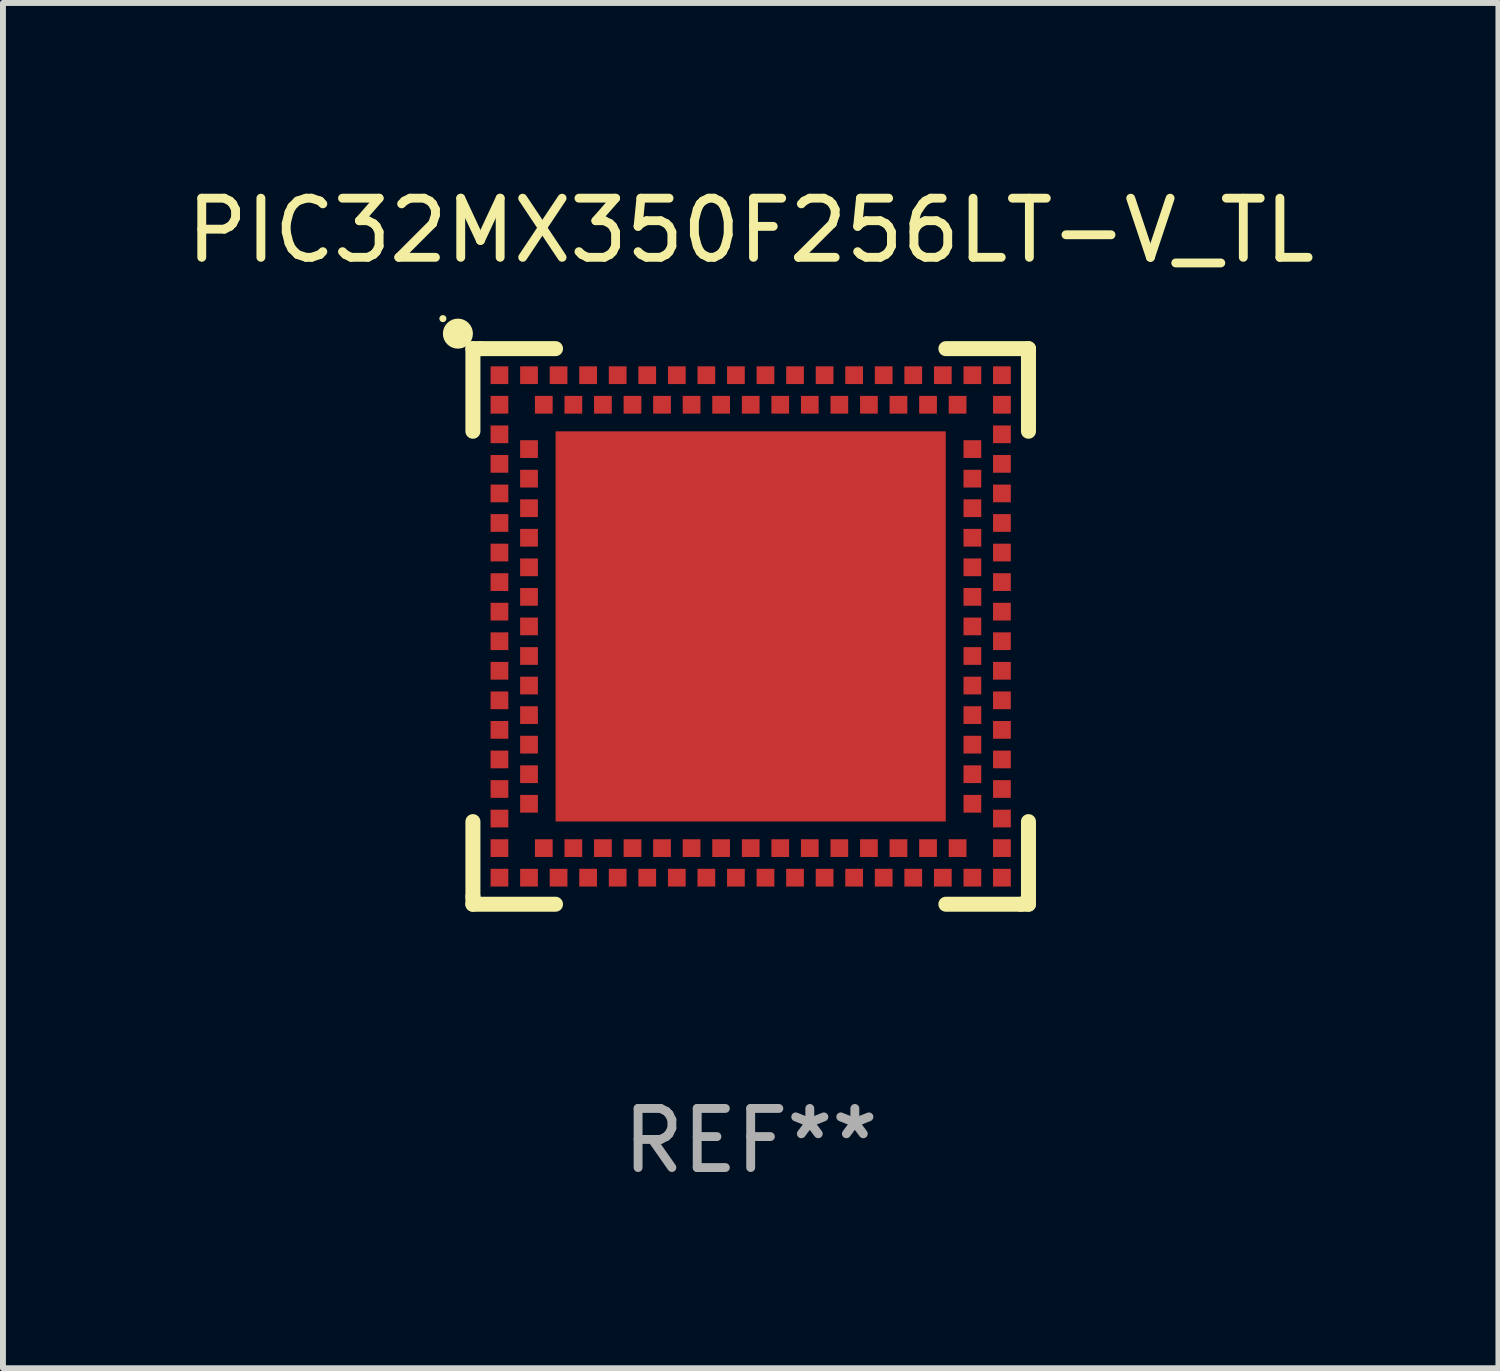
<source format=kicad_pcb>
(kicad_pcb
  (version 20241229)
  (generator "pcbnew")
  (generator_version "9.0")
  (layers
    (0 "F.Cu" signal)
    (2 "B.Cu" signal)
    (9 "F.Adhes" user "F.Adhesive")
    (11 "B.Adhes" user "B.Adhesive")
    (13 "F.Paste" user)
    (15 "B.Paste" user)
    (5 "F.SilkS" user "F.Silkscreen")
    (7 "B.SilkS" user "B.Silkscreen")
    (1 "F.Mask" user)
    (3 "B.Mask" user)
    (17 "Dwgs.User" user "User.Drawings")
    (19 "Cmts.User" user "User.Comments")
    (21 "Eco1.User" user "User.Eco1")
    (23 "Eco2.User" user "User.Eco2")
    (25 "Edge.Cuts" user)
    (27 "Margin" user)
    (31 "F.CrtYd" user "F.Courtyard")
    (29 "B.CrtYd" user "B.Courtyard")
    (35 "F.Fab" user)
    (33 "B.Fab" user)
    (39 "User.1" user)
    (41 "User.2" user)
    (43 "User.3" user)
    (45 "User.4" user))
  (footprint "PIC32MX350F256LT-V_TL"
    (layer "F.Cu")
    (at 9.649 7.547)
    (property "Reference" "PIC32MX350F256LT-V_TL" (at 0 -6.699 0) (layer "F.SilkS") (effects (font (size 1 1) (thickness 0.15))))
    (attr through_hole)
    (fp_line (start -4.699 -4.699) (end -4.699 -3.302) (stroke (width 0.254) (type solid)) (layer "F.SilkS"))
    (fp_line (start -4.699 3.302) (end -4.699 4.572) (stroke (width 0.254) (type solid)) (layer "F.SilkS"))
    (fp_line (start -4.699 4.572) (end -4.699 4.699) (stroke (width 0.254) (type solid)) (layer "F.SilkS"))
    (fp_line (start -4.699 4.699) (end -3.302 4.699) (stroke (width 0.254) (type solid)) (layer "F.SilkS"))
    (fp_line (start -4.572 -4.699) (end -4.699 -4.699) (stroke (width 0.254) (type solid)) (layer "F.SilkS"))
    (fp_line (start -3.302 -4.699) (end -4.572 -4.699) (stroke (width 0.254) (type solid)) (layer "F.SilkS"))
    (fp_line (start 3.302 4.699) (end 4.572 4.699) (stroke (width 0.254) (type solid)) (layer "F.SilkS"))
    (fp_line (start 4.572 4.699) (end 4.699 4.699) (stroke (width 0.254) (type solid)) (layer "F.SilkS"))
    (fp_line (start 4.699 -4.699) (end 3.302 -4.699) (stroke (width 0.254) (type solid)) (layer "F.SilkS"))
    (fp_line (start 4.699 -4.572) (end 4.699 -4.699) (stroke (width 0.254) (type solid)) (layer "F.SilkS"))
    (fp_line (start 4.699 -3.302) (end 4.699 -4.572) (stroke (width 0.254) (type solid)) (layer "F.SilkS"))
    (fp_line (start 4.699 4.699) (end 4.699 3.302) (stroke (width 0.254) (type solid)) (layer "F.SilkS"))
    (fp_circle (center -5.207 -5.207) (end -5.177 -5.207) (stroke (width 0.06) (type solid)) (fill no) (layer "F.SilkS"))
    (fp_circle (center -4.953 -4.953) (end -4.826 -4.953) (stroke (width 0.254) (type solid)) (fill no) (layer "F.SilkS"))
    (fp_text user "REF**" (at 0 8.699 0) (layer "F.Fab") (effects (font (size 1 1) (thickness 0.15))))
    (pad "125" smd rect (at 0.000025 -0.000102 90) (size 6.6 6.6) (layers "F.Cu" "F.Mask" "F.Paste"))
    (pad "A1" smd rect (at -4.25 -3.75 90) (size 0.3 0.3) (layers "F.Cu" "F.Mask" "F.Paste"))
    (pad "A2" smd rect (at -4.25 -3.25 90) (size 0.3 0.3) (layers "F.Cu" "F.Mask" "F.Paste"))
    (pad "A3" smd rect (at -4.25 -2.75 90) (size 0.3 0.3) (layers "F.Cu" "F.Mask" "F.Paste"))
    (pad "A4" smd rect (at -4.25 -2.25 90) (size 0.3 0.3) (layers "F.Cu" "F.Mask" "F.Paste"))
    (pad "A5" smd rect (at -4.25 -1.75 90) (size 0.3 0.3) (layers "F.Cu" "F.Mask" "F.Paste"))
    (pad "A6" smd rect (at -4.25 -1.25 90) (size 0.3 0.3) (layers "F.Cu" "F.Mask" "F.Paste"))
    (pad "A7" smd rect (at -4.25 -0.75 90) (size 0.3 0.3) (layers "F.Cu" "F.Mask" "F.Paste"))
    (pad "A8" smd rect (at -4.25 -0.25 90) (size 0.3 0.3) (layers "F.Cu" "F.Mask" "F.Paste"))
    (pad "A9" smd rect (at -4.25 0.25 90) (size 0.3 0.3) (layers "F.Cu" "F.Mask" "F.Paste"))
    (pad "A10" smd rect (at -4.25 0.75 90) (size 0.3 0.3) (layers "F.Cu" "F.Mask" "F.Paste"))
    (pad "A11" smd rect (at -4.25 1.25 90) (size 0.3 0.3) (layers "F.Cu" "F.Mask" "F.Paste"))
    (pad "A12" smd rect (at -4.25 1.75 90) (size 0.3 0.3) (layers "F.Cu" "F.Mask" "F.Paste"))
    (pad "A13" smd rect (at -4.25 2.25 90) (size 0.3 0.3) (layers "F.Cu" "F.Mask" "F.Paste"))
    (pad "A14" smd rect (at -4.25 2.75 90) (size 0.3 0.3) (layers "F.Cu" "F.Mask" "F.Paste"))
    (pad "A15" smd rect (at -4.25 3.25 90) (size 0.3 0.3) (layers "F.Cu" "F.Mask" "F.Paste"))
    (pad "A16" smd rect (at -4.25 3.75 90) (size 0.3 0.3) (layers "F.Cu" "F.Mask" "F.Paste"))
    (pad "A17" smd rect (at -4.25 4.25 90) (size 0.3 0.3) (layers "F.Cu" "F.Mask" "F.Paste"))
    (pad "A18" smd rect (at -3.75 4.25 90) (size 0.3 0.3) (layers "F.Cu" "F.Mask" "F.Paste"))
    (pad "A19" smd rect (at -3.25 4.25 90) (size 0.3 0.3) (layers "F.Cu" "F.Mask" "F.Paste"))
    (pad "A20" smd rect (at -2.75 4.25 90) (size 0.3 0.3) (layers "F.Cu" "F.Mask" "F.Paste"))
    (pad "A21" smd rect (at -2.25 4.25 90) (size 0.3 0.3) (layers "F.Cu" "F.Mask" "F.Paste"))
    (pad "A22" smd rect (at -1.75 4.25 90) (size 0.3 0.3) (layers "F.Cu" "F.Mask" "F.Paste"))
    (pad "A23" smd rect (at -1.25 4.25 90) (size 0.3 0.3) (layers "F.Cu" "F.Mask" "F.Paste"))
    (pad "A24" smd rect (at -0.75 4.25 90) (size 0.3 0.3) (layers "F.Cu" "F.Mask" "F.Paste"))
    (pad "A25" smd rect (at -0.25 4.25 90) (size 0.3 0.3) (layers "F.Cu" "F.Mask" "F.Paste"))
    (pad "A26" smd rect (at 0.25 4.25 90) (size 0.3 0.3) (layers "F.Cu" "F.Mask" "F.Paste"))
    (pad "A27" smd rect (at 0.75 4.25 90) (size 0.3 0.3) (layers "F.Cu" "F.Mask" "F.Paste"))
    (pad "A28" smd rect (at 1.25 4.25 90) (size 0.3 0.3) (layers "F.Cu" "F.Mask" "F.Paste"))
    (pad "A29" smd rect (at 1.75 4.25 90) (size 0.3 0.3) (layers "F.Cu" "F.Mask" "F.Paste"))
    (pad "A30" smd rect (at 2.25 4.25 90) (size 0.3 0.3) (layers "F.Cu" "F.Mask" "F.Paste"))
    (pad "A31" smd rect (at 2.75 4.25 90) (size 0.3 0.3) (layers "F.Cu" "F.Mask" "F.Paste"))
    (pad "A32" smd rect (at 3.25 4.25 90) (size 0.3 0.3) (layers "F.Cu" "F.Mask" "F.Paste"))
    (pad "A33" smd rect (at 3.75 4.25 90) (size 0.3 0.3) (layers "F.Cu" "F.Mask" "F.Paste"))
    (pad "A34" smd rect (at 4.25 4.25 90) (size 0.3 0.3) (layers "F.Cu" "F.Mask" "F.Paste"))
    (pad "A35" smd rect (at 4.25 3.75 90) (size 0.3 0.3) (layers "F.Cu" "F.Mask" "F.Paste"))
    (pad "A36" smd rect (at 4.25 3.25 90) (size 0.3 0.3) (layers "F.Cu" "F.Mask" "F.Paste"))
    (pad "A37" smd rect (at 4.25 2.75 90) (size 0.3 0.3) (layers "F.Cu" "F.Mask" "F.Paste"))
    (pad "A38" smd rect (at 4.25 2.25 90) (size 0.3 0.3) (layers "F.Cu" "F.Mask" "F.Paste"))
    (pad "A39" smd rect (at 4.25 1.75 90) (size 0.3 0.3) (layers "F.Cu" "F.Mask" "F.Paste"))
    (pad "A40" smd rect (at 4.25 1.25 90) (size 0.3 0.3) (layers "F.Cu" "F.Mask" "F.Paste"))
    (pad "A41" smd rect (at 4.25 0.75 90) (size 0.3 0.3) (layers "F.Cu" "F.Mask" "F.Paste"))
    (pad "A42" smd rect (at 4.25 0.25 90) (size 0.3 0.3) (layers "F.Cu" "F.Mask" "F.Paste"))
    (pad "A43" smd rect (at 4.25 -0.25 90) (size 0.3 0.3) (layers "F.Cu" "F.Mask" "F.Paste"))
    (pad "A44" smd rect (at 4.25 -0.75 90) (size 0.3 0.3) (layers "F.Cu" "F.Mask" "F.Paste"))
    (pad "A45" smd rect (at 4.25 -1.25 90) (size 0.3 0.3) (layers "F.Cu" "F.Mask" "F.Paste"))
    (pad "A46" smd rect (at 4.25 -1.75 90) (size 0.3 0.3) (layers "F.Cu" "F.Mask" "F.Paste"))
    (pad "A47" smd rect (at 4.25 -2.25 90) (size 0.3 0.3) (layers "F.Cu" "F.Mask" "F.Paste"))
    (pad "A48" smd rect (at 4.25 -2.75 90) (size 0.3 0.3) (layers "F.Cu" "F.Mask" "F.Paste"))
    (pad "A49" smd rect (at 4.25 -3.25 90) (size 0.3 0.3) (layers "F.Cu" "F.Mask" "F.Paste"))
    (pad "A50" smd rect (at 4.25 -3.75 90) (size 0.3 0.3) (layers "F.Cu" "F.Mask" "F.Paste"))
    (pad "A51" smd rect (at 4.25 -4.25 90) (size 0.3 0.3) (layers "F.Cu" "F.Mask" "F.Paste"))
    (pad "A52" smd rect (at 3.75 -4.25 90) (size 0.3 0.3) (layers "F.Cu" "F.Mask" "F.Paste"))
    (pad "A53" smd rect (at 3.25 -4.25 90) (size 0.3 0.3) (layers "F.Cu" "F.Mask" "F.Paste"))
    (pad "A54" smd rect (at 2.75 -4.25 90) (size 0.3 0.3) (layers "F.Cu" "F.Mask" "F.Paste"))
    (pad "A55" smd rect (at 2.25 -4.25 90) (size 0.3 0.3) (layers "F.Cu" "F.Mask" "F.Paste"))
    (pad "A56" smd rect (at 1.75 -4.25 90) (size 0.3 0.3) (layers "F.Cu" "F.Mask" "F.Paste"))
    (pad "A57" smd rect (at 1.25 -4.25 90) (size 0.3 0.3) (layers "F.Cu" "F.Mask" "F.Paste"))
    (pad "A58" smd rect (at 0.75 -4.25 90) (size 0.3 0.3) (layers "F.Cu" "F.Mask" "F.Paste"))
    (pad "A59" smd rect (at 0.25 -4.25 90) (size 0.3 0.3) (layers "F.Cu" "F.Mask" "F.Paste"))
    (pad "A60" smd rect (at -0.25 -4.25 90) (size 0.3 0.3) (layers "F.Cu" "F.Mask" "F.Paste"))
    (pad "A61" smd rect (at -0.75 -4.25 90) (size 0.3 0.3) (layers "F.Cu" "F.Mask" "F.Paste"))
    (pad "A62" smd rect (at -1.25 -4.25 90) (size 0.3 0.3) (layers "F.Cu" "F.Mask" "F.Paste"))
    (pad "A63" smd rect (at -1.75 -4.25 90) (size 0.3 0.3) (layers "F.Cu" "F.Mask" "F.Paste"))
    (pad "A64" smd rect (at -2.25 -4.25 90) (size 0.3 0.3) (layers "F.Cu" "F.Mask" "F.Paste"))
    (pad "A65" smd rect (at -2.75 -4.25 90) (size 0.3 0.3) (layers "F.Cu" "F.Mask" "F.Paste"))
    (pad "A66" smd rect (at -3.25 -4.25 90) (size 0.3 0.3) (layers "F.Cu" "F.Mask" "F.Paste"))
    (pad "A67" smd rect (at -3.75 -4.25 90) (size 0.3 0.3) (layers "F.Cu" "F.Mask" "F.Paste"))
    (pad "A68" smd rect (at -4.25 -4.25 90) (size 0.3 0.3) (layers "F.Cu" "F.Mask" "F.Paste"))
    (pad "B1" smd rect (at -3.75 -3 90) (size 0.3 0.3) (layers "F.Cu" "F.Mask" "F.Paste"))
    (pad "B2" smd rect (at -3.75 -2.5 90) (size 0.3 0.3) (layers "F.Cu" "F.Mask" "F.Paste"))
    (pad "B3" smd rect (at -3.75 -2 90) (size 0.3 0.3) (layers "F.Cu" "F.Mask" "F.Paste"))
    (pad "B4" smd rect (at -3.75 -1.5 90) (size 0.3 0.3) (layers "F.Cu" "F.Mask" "F.Paste"))
    (pad "B5" smd rect (at -3.75 -1 90) (size 0.3 0.3) (layers "F.Cu" "F.Mask" "F.Paste"))
    (pad "B6" smd rect (at -3.75 -0.5 90) (size 0.3 0.3) (layers "F.Cu" "F.Mask" "F.Paste"))
    (pad "B7" smd rect (at -3.75 -0.000102 90) (size 0.3 0.3) (layers "F.Cu" "F.Mask" "F.Paste"))
    (pad "B8" smd rect (at -3.75 0.5 90) (size 0.3 0.3) (layers "F.Cu" "F.Mask" "F.Paste"))
    (pad "B9" smd rect (at -3.75 1 90) (size 0.3 0.3) (layers "F.Cu" "F.Mask" "F.Paste"))
    (pad "B10" smd rect (at -3.75 1.5 90) (size 0.3 0.3) (layers "F.Cu" "F.Mask" "F.Paste"))
    (pad "B11" smd rect (at -3.75 2 90) (size 0.3 0.3) (layers "F.Cu" "F.Mask" "F.Paste"))
    (pad "B12" smd rect (at -3.75 2.5 90) (size 0.3 0.3) (layers "F.Cu" "F.Mask" "F.Paste"))
    (pad "B13" smd rect (at -3.75 3 90) (size 0.3 0.3) (layers "F.Cu" "F.Mask" "F.Paste"))
    (pad "B14" smd rect (at -3.5 3.75 90) (size 0.3 0.3) (layers "F.Cu" "F.Mask" "F.Paste"))
    (pad "B15" smd rect (at -3 3.75 90) (size 0.3 0.3) (layers "F.Cu" "F.Mask" "F.Paste"))
    (pad "B16" smd rect (at -2.5 3.75 90) (size 0.3 0.3) (layers "F.Cu" "F.Mask" "F.Paste"))
    (pad "B17" smd rect (at -2 3.75 90) (size 0.3 0.3) (layers "F.Cu" "F.Mask" "F.Paste"))
    (pad "B18" smd rect (at -1.5 3.75 90) (size 0.3 0.3) (layers "F.Cu" "F.Mask" "F.Paste"))
    (pad "B19" smd rect (at -1 3.75 90) (size 0.3 0.3) (layers "F.Cu" "F.Mask" "F.Paste"))
    (pad "B20" smd rect (at -0.5 3.75 90) (size 0.3 0.3) (layers "F.Cu" "F.Mask" "F.Paste"))
    (pad "B21" smd rect (at 0.000025 3.75 90) (size 0.3 0.3) (layers "F.Cu" "F.Mask" "F.Paste"))
    (pad "B22" smd rect (at 0.5 3.75 90) (size 0.3 0.3) (layers "F.Cu" "F.Mask" "F.Paste"))
    (pad "B23" smd rect (at 1 3.75 90) (size 0.3 0.3) (layers "F.Cu" "F.Mask" "F.Paste"))
    (pad "B24" smd rect (at 1.5 3.75 90) (size 0.3 0.3) (layers "F.Cu" "F.Mask" "F.Paste"))
    (pad "B25" smd rect (at 2 3.75 90) (size 0.3 0.3) (layers "F.Cu" "F.Mask" "F.Paste"))
    (pad "B26" smd rect (at 2.5 3.75 90) (size 0.3 0.3) (layers "F.Cu" "F.Mask" "F.Paste"))
    (pad "B27" smd rect (at 3 3.75 90) (size 0.3 0.3) (layers "F.Cu" "F.Mask" "F.Paste"))
    (pad "B28" smd rect (at 3.5 3.75 90) (size 0.3 0.3) (layers "F.Cu" "F.Mask" "F.Paste"))
    (pad "B29" smd rect (at 3.75 3 90) (size 0.3 0.3) (layers "F.Cu" "F.Mask" "F.Paste"))
    (pad "B30" smd rect (at 3.75 2.5 90) (size 0.3 0.3) (layers "F.Cu" "F.Mask" "F.Paste"))
    (pad "B31" smd rect (at 3.75 2 90) (size 0.3 0.3) (layers "F.Cu" "F.Mask" "F.Paste"))
    (pad "B32" smd rect (at 3.75 1.5 90) (size 0.3 0.3) (layers "F.Cu" "F.Mask" "F.Paste"))
    (pad "B33" smd rect (at 3.75 1 90) (size 0.3 0.3) (layers "F.Cu" "F.Mask" "F.Paste"))
    (pad "B34" smd rect (at 3.75 0.5 90) (size 0.3 0.3) (layers "F.Cu" "F.Mask" "F.Paste"))
    (pad "B35" smd rect (at 3.75 -0.000102 90) (size 0.3 0.3) (layers "F.Cu" "F.Mask" "F.Paste"))
    (pad "B36" smd rect (at 3.75 -0.5 90) (size 0.3 0.3) (layers "F.Cu" "F.Mask" "F.Paste"))
    (pad "B37" smd rect (at 3.75 -1 90) (size 0.3 0.3) (layers "F.Cu" "F.Mask" "F.Paste"))
    (pad "B38" smd rect (at 3.75 -1.5 90) (size 0.3 0.3) (layers "F.Cu" "F.Mask" "F.Paste"))
    (pad "B39" smd rect (at 3.75 -2 90) (size 0.3 0.3) (layers "F.Cu" "F.Mask" "F.Paste"))
    (pad "B40" smd rect (at 3.75 -2.5 90) (size 0.3 0.3) (layers "F.Cu" "F.Mask" "F.Paste"))
    (pad "B41" smd rect (at 3.75 -3 90) (size 0.3 0.3) (layers "F.Cu" "F.Mask" "F.Paste"))
    (pad "B42" smd rect (at 3.5 -3.75 90) (size 0.3 0.3) (layers "F.Cu" "F.Mask" "F.Paste"))
    (pad "B43" smd rect (at 3 -3.75 90) (size 0.3 0.3) (layers "F.Cu" "F.Mask" "F.Paste"))
    (pad "B44" smd rect (at 2.5 -3.75 90) (size 0.3 0.3) (layers "F.Cu" "F.Mask" "F.Paste"))
    (pad "B45" smd rect (at 2 -3.75 90) (size 0.3 0.3) (layers "F.Cu" "F.Mask" "F.Paste"))
    (pad "B46" smd rect (at 1.5 -3.75 90) (size 0.3 0.3) (layers "F.Cu" "F.Mask" "F.Paste"))
    (pad "B47" smd rect (at 1 -3.75 90) (size 0.3 0.3) (layers "F.Cu" "F.Mask" "F.Paste"))
    (pad "B48" smd rect (at 0.5 -3.75 90) (size 0.3 0.3) (layers "F.Cu" "F.Mask" "F.Paste"))
    (pad "B49" smd rect (at 0.000025 -3.75 90) (size 0.3 0.3) (layers "F.Cu" "F.Mask" "F.Paste"))
    (pad "B50" smd rect (at -0.5 -3.75 90) (size 0.3 0.3) (layers "F.Cu" "F.Mask" "F.Paste"))
    (pad "B51" smd rect (at -1 -3.75 90) (size 0.3 0.3) (layers "F.Cu" "F.Mask" "F.Paste"))
    (pad "B52" smd rect (at -1.5 -3.75 90) (size 0.3 0.3) (layers "F.Cu" "F.Mask" "F.Paste"))
    (pad "B53" smd rect (at -2 -3.75 90) (size 0.3 0.3) (layers "F.Cu" "F.Mask" "F.Paste"))
    (pad "B54" smd rect (at -2.5 -3.75 90) (size 0.3 0.3) (layers "F.Cu" "F.Mask" "F.Paste"))
    (pad "B55" smd rect (at -3 -3.75 90) (size 0.3 0.3) (layers "F.Cu" "F.Mask" "F.Paste"))
    (pad "B56" smd rect (at -3.5 -3.75 90) (size 0.3 0.3) (layers "F.Cu" "F.Mask" "F.Paste")))
  (gr_rect
    (start -3 -3)
    (end 22.298 20.095)
    (stroke (width 0.1) (type default))
    (fill no)
    (layer "Edge.Cuts")))
</source>
